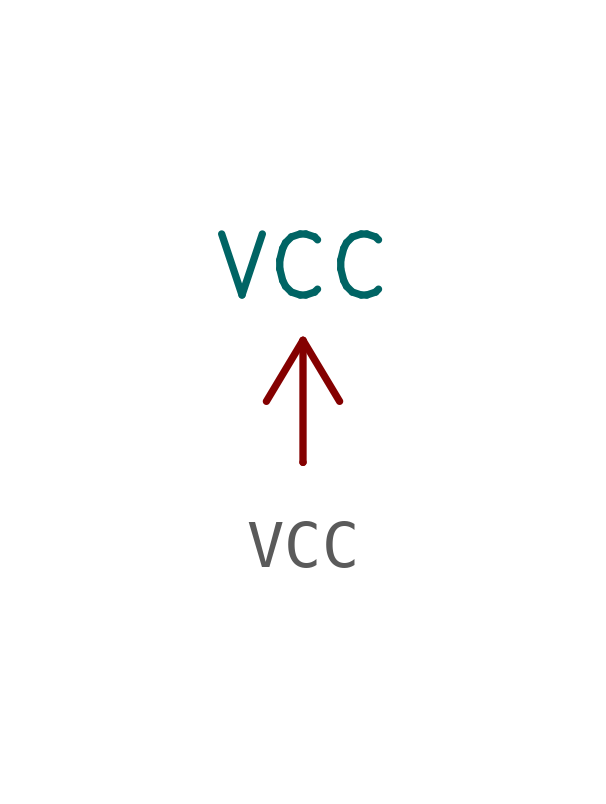
<source format=kicad_sym>
(kicad_symbol_lib
  (version 20231120)
  (generator "kicad_symbol_editor")
  (generator_version "8.0")
  (symbol "VCC"
    (power)
    (pin_numbers hide)
    (pin_names
      (offset 0) hide)
    (property "Reference" "#PWR"
      (at 0 -3.81 0)
      (do_not_autoplace)
      (effects (font (size 1.27 1.27)) (hide yes)))
    (property "Value" "VCC"
      (at 0 4.064 0)
      (do_not_autoplace)
      (effects (font (size 1.27 1.27))))
    (symbol "VCC_0_1"
      (polyline (pts (xy -0.762 1.27) (xy 0 2.54)) (stroke (width 0) (type default)) (fill (type none)))
      (polyline (pts (xy 0 0) (xy 0 2.54)) (stroke (width 0) (type default)) (fill (type none)))
      (polyline (pts (xy 0 2.54) (xy 0.762 1.27)) (stroke (width 0) (type default)) (fill (type none))))
    (symbol "VCC_1_1"
      (pin power_in line (at 0 0 90) (length 0) (name "~" (effects (font (size 1.27 1.27)))) (number "1" (effects (font (size 1.27 1.27))))))))
</source>
